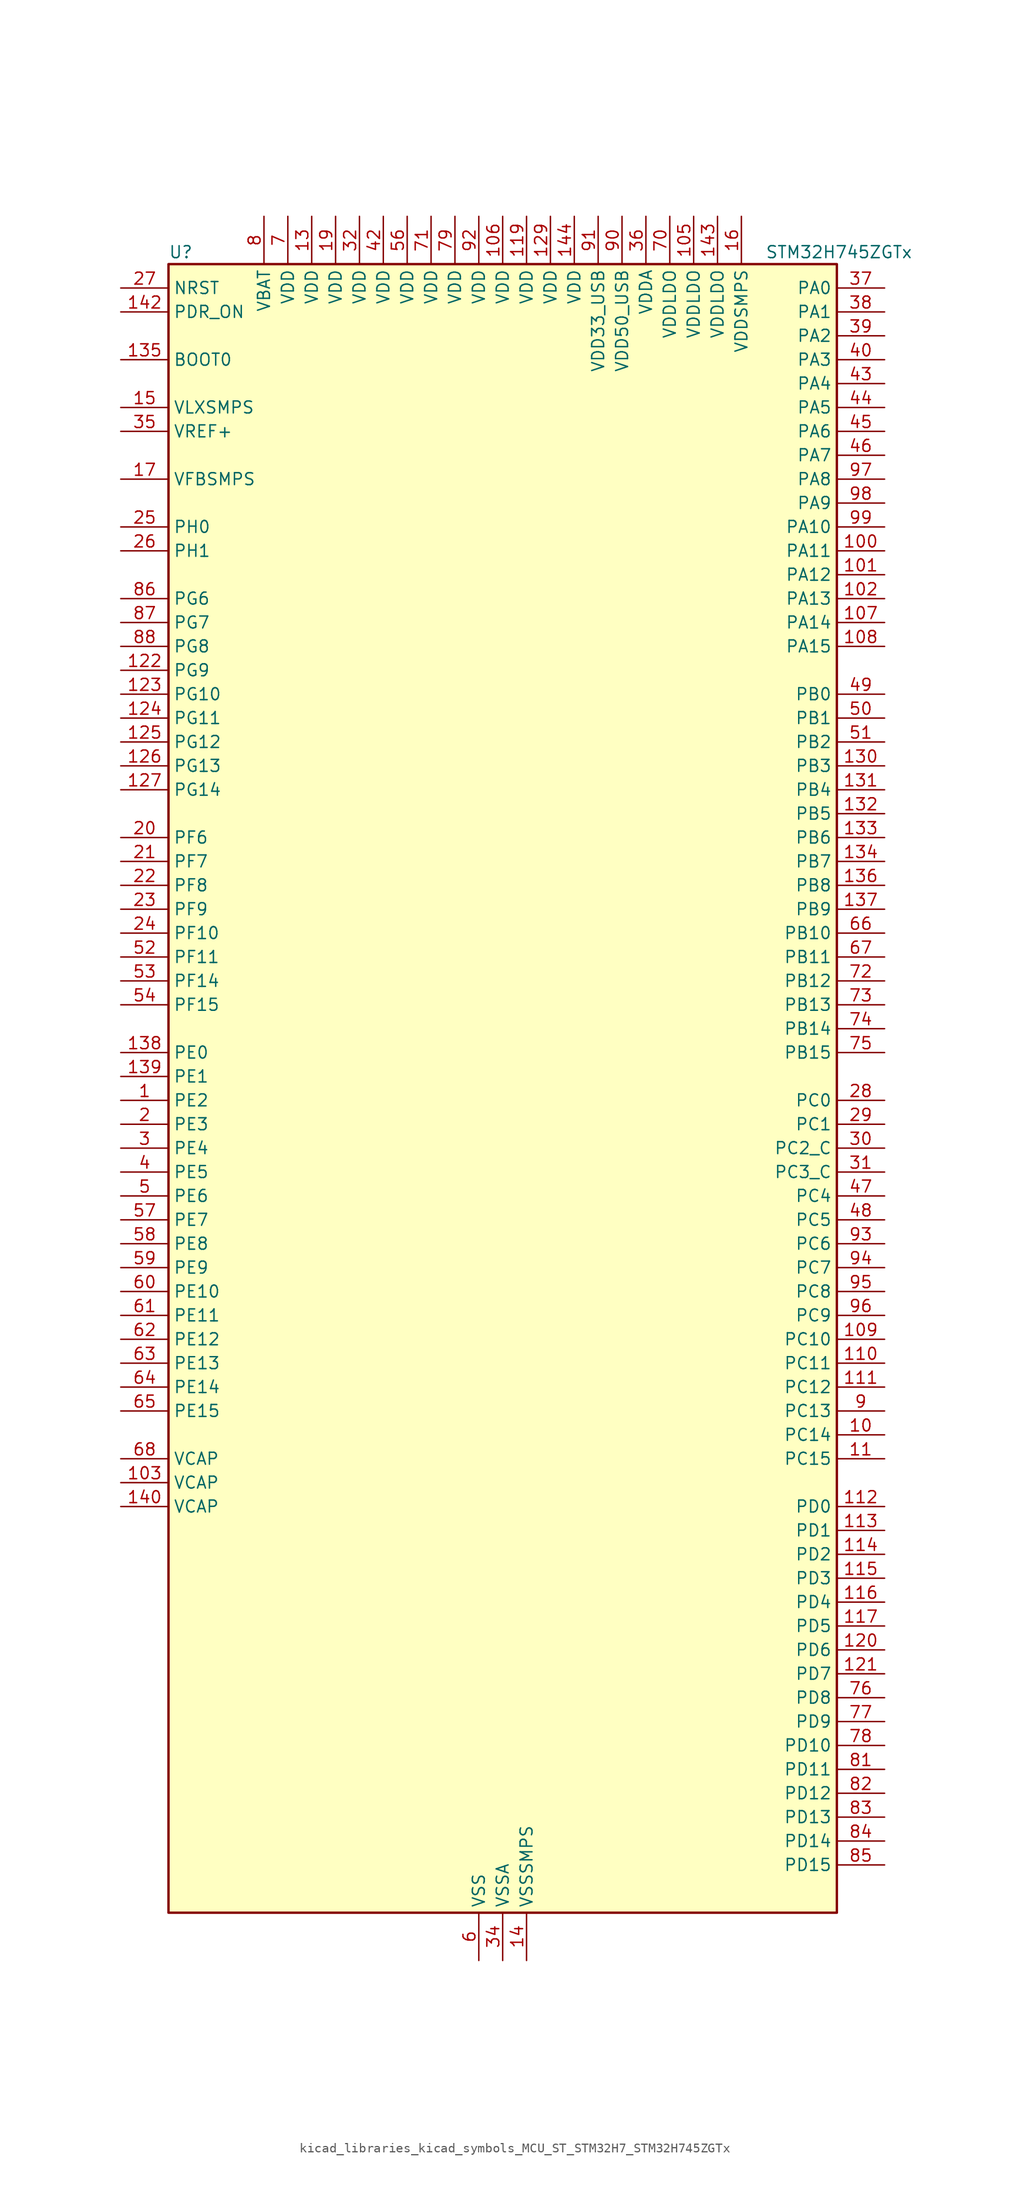
<source format=kicad_sym>
(kicad_symbol_lib
  (version 20220914)
  (generator kicad_symbol_editor)
  (symbol "kicad_libraries_kicad_symbols_MCU_ST_STM32H7_STM32H745ZGTx"
    (property "Reference" "U"
      (at -35.56 90.17 0)
      (effects (font (size 1.27 1.27)) (justify left)))
    (property "Value" "STM32H745ZGTx"
      (at 27.94 90.17 0)
      (effects (font (size 1.27 1.27)) (justify left)))
    (property "ki_locked" ""
      (at 0 0 0)
      (effects (font (size 1.27 1.27))))
    (symbol "kicad_libraries_kicad_symbols_MCU_ST_STM32H7_STM32H745ZGTx_0_1"
      (rectangle (start -35.56 -86.36) (end 35.56 88.9) (stroke (width 0.254) (type default)) (fill (type background))))
    (symbol "kicad_libraries_kicad_symbols_MCU_ST_STM32H7_STM32H745ZGTx_1_1"
      (pin bidirectional line (at -40.64 0 0) (length 5.08) (name "PE2" (effects (font (size 1.27 1.27)))) (number "1" (effects (font (size 1.27 1.27)))) (alternate "DEBUG_TRACECLK" bidirectional line) (alternate "ETH_TXD3" bidirectional line) (alternate "FMC_A23" bidirectional line) (alternate "QUADSPI_BK1_IO2" bidirectional line) (alternate "SAI1_CK1" bidirectional line) (alternate "SAI1_MCLK_A" bidirectional line) (alternate "SAI4_CK1" bidirectional line) (alternate "SAI4_MCLK_A" bidirectional line) (alternate "SPI4_SCK" bidirectional line))
      (pin bidirectional line (at 40.64 -35.56 180) (length 5.08) (name "PC14" (effects (font (size 1.27 1.27)))) (number "10" (effects (font (size 1.27 1.27)))) (alternate "RCC_OSC32_IN" bidirectional line))
      (pin bidirectional line (at 40.64 58.42 180) (length 5.08) (name "PA11" (effects (font (size 1.27 1.27)))) (number "100" (effects (font (size 1.27 1.27)))) (alternate "ADC1_EXTI11" bidirectional line) (alternate "ADC2_EXTI11" bidirectional line) (alternate "ADC3_EXTI11" bidirectional line) (alternate "FDCAN1_RX" bidirectional line) (alternate "HRTIM_CHD1" bidirectional line) (alternate "I2S2_WS" bidirectional line) (alternate "LPUART1_CTS" bidirectional line) (alternate "LTDC_R4" bidirectional line) (alternate "SPI2_NSS" bidirectional line) (alternate "TIM1_CH4" bidirectional line) (alternate "UART4_RX" bidirectional line) (alternate "USART1_CTS" bidirectional line) (alternate "USART1_NSS" bidirectional line) (alternate "USB_OTG_FS_DM" bidirectional line))
      (pin bidirectional line (at 40.64 55.88 180) (length 5.08) (name "PA12" (effects (font (size 1.27 1.27)))) (number "101" (effects (font (size 1.27 1.27)))) (alternate "FDCAN1_TX" bidirectional line) (alternate "HRTIM_CHD2" bidirectional line) (alternate "I2S2_CK" bidirectional line) (alternate "LPUART1_DE" bidirectional line) (alternate "LPUART1_RTS" bidirectional line) (alternate "LTDC_R5" bidirectional line) (alternate "SAI2_FS_B" bidirectional line) (alternate "SPI2_SCK" bidirectional line) (alternate "TIM1_ETR" bidirectional line) (alternate "UART4_TX" bidirectional line) (alternate "USART1_DE" bidirectional line) (alternate "USART1_RTS" bidirectional line) (alternate "USB_OTG_FS_DP" bidirectional line))
      (pin bidirectional line (at 40.64 53.34 180) (length 5.08) (name "PA13" (effects (font (size 1.27 1.27)))) (number "102" (effects (font (size 1.27 1.27)))) (alternate "DEBUG_JTMS-SWDIO" bidirectional line))
      (pin power_out line (at -40.64 -40.64 0) (length 5.08) (name "VCAP" (effects (font (size 1.27 1.27)))) (number "103" (effects (font (size 1.27 1.27)))))
      (pin passive line (at -2.54 -91.44 90) (length 5.08) hide (name "VSS" (effects (font (size 1.27 1.27)))) (number "104" (effects (font (size 1.27 1.27)))))
      (pin power_in line (at 20.32 93.98 270) (length 5.08) (name "VDDLDO" (effects (font (size 1.27 1.27)))) (number "105" (effects (font (size 1.27 1.27)))))
      (pin power_in line (at 0 93.98 270) (length 5.08) (name "VDD" (effects (font (size 1.27 1.27)))) (number "106" (effects (font (size 1.27 1.27)))))
      (pin bidirectional line (at 40.64 50.8 180) (length 5.08) (name "PA14" (effects (font (size 1.27 1.27)))) (number "107" (effects (font (size 1.27 1.27)))) (alternate "DEBUG_JTCK-SWCLK" bidirectional line))
      (pin bidirectional line (at 40.64 48.26 180) (length 5.08) (name "PA15" (effects (font (size 1.27 1.27)))) (number "108" (effects (font (size 1.27 1.27)))) (alternate "ADC1_EXTI15" bidirectional line) (alternate "ADC2_EXTI15" bidirectional line) (alternate "ADC3_EXTI15" bidirectional line) (alternate "CEC" bidirectional line) (alternate "DEBUG_JTDI" bidirectional line) (alternate "HRTIM_FLT1" bidirectional line) (alternate "I2S1_WS" bidirectional line) (alternate "I2S3_WS" bidirectional line) (alternate "SPI1_NSS" bidirectional line) (alternate "SPI3_NSS" bidirectional line) (alternate "SPI6_NSS" bidirectional line) (alternate "TIM2_CH1" bidirectional line) (alternate "TIM2_ETR" bidirectional line) (alternate "UART4_DE" bidirectional line) (alternate "UART4_RTS" bidirectional line) (alternate "UART7_TX" bidirectional line))
      (pin bidirectional line (at 40.64 -25.4 180) (length 5.08) (name "PC10" (effects (font (size 1.27 1.27)))) (number "109" (effects (font (size 1.27 1.27)))) (alternate "DCMI_D8" bidirectional line) (alternate "DFSDM1_CKIN5" bidirectional line) (alternate "HRTIM_EEV1" bidirectional line) (alternate "I2S3_CK" bidirectional line) (alternate "LTDC_R2" bidirectional line) (alternate "QUADSPI_BK1_IO1" bidirectional line) (alternate "SDMMC1_D2" bidirectional line) (alternate "SPI3_SCK" bidirectional line) (alternate "UART4_TX" bidirectional line) (alternate "USART3_TX" bidirectional line))
      (pin bidirectional line (at 40.64 -38.1 180) (length 5.08) (name "PC15" (effects (font (size 1.27 1.27)))) (number "11" (effects (font (size 1.27 1.27)))) (alternate "ADC1_EXTI15" bidirectional line) (alternate "ADC2_EXTI15" bidirectional line) (alternate "ADC3_EXTI15" bidirectional line) (alternate "RCC_OSC32_OUT" bidirectional line))
      (pin bidirectional line (at 40.64 -27.94 180) (length 5.08) (name "PC11" (effects (font (size 1.27 1.27)))) (number "110" (effects (font (size 1.27 1.27)))) (alternate "ADC1_EXTI11" bidirectional line) (alternate "ADC2_EXTI11" bidirectional line) (alternate "ADC3_EXTI11" bidirectional line) (alternate "DCMI_D4" bidirectional line) (alternate "DFSDM1_DATIN5" bidirectional line) (alternate "HRTIM_FLT2" bidirectional line) (alternate "I2S3_SDI" bidirectional line) (alternate "QUADSPI_BK2_NCS" bidirectional line) (alternate "SDMMC1_D3" bidirectional line) (alternate "SPI3_MISO" bidirectional line) (alternate "UART4_RX" bidirectional line) (alternate "USART3_RX" bidirectional line))
      (pin bidirectional line (at 40.64 -30.48 180) (length 5.08) (name "PC12" (effects (font (size 1.27 1.27)))) (number "111" (effects (font (size 1.27 1.27)))) (alternate "DCMI_D9" bidirectional line) (alternate "DEBUG_TRACED3" bidirectional line) (alternate "HRTIM_EEV2" bidirectional line) (alternate "I2S3_SDO" bidirectional line) (alternate "SDMMC1_CK" bidirectional line) (alternate "SPI3_MOSI" bidirectional line) (alternate "UART5_TX" bidirectional line) (alternate "USART3_CK" bidirectional line))
      (pin bidirectional line (at 40.64 -43.18 180) (length 5.08) (name "PD0" (effects (font (size 1.27 1.27)))) (number "112" (effects (font (size 1.27 1.27)))) (alternate "DFSDM1_CKIN6" bidirectional line) (alternate "FDCAN1_RX" bidirectional line) (alternate "FMC_D2" bidirectional line) (alternate "FMC_DA2" bidirectional line) (alternate "SAI3_SCK_A" bidirectional line) (alternate "UART4_RX" bidirectional line))
      (pin bidirectional line (at 40.64 -45.72 180) (length 5.08) (name "PD1" (effects (font (size 1.27 1.27)))) (number "113" (effects (font (size 1.27 1.27)))) (alternate "DFSDM1_DATIN6" bidirectional line) (alternate "FDCAN1_TX" bidirectional line) (alternate "FMC_D3" bidirectional line) (alternate "FMC_DA3" bidirectional line) (alternate "SAI3_SD_A" bidirectional line) (alternate "UART4_TX" bidirectional line))
      (pin bidirectional line (at 40.64 -48.26 180) (length 5.08) (name "PD2" (effects (font (size 1.27 1.27)))) (number "114" (effects (font (size 1.27 1.27)))) (alternate "DCMI_D11" bidirectional line) (alternate "DEBUG_TRACED2" bidirectional line) (alternate "SDMMC1_CMD" bidirectional line) (alternate "TIM3_ETR" bidirectional line) (alternate "UART5_RX" bidirectional line))
      (pin bidirectional line (at 40.64 -50.8 180) (length 5.08) (name "PD3" (effects (font (size 1.27 1.27)))) (number "115" (effects (font (size 1.27 1.27)))) (alternate "DCMI_D5" bidirectional line) (alternate "DFSDM1_CKOUT" bidirectional line) (alternate "FMC_CLK" bidirectional line) (alternate "I2S2_CK" bidirectional line) (alternate "LTDC_G7" bidirectional line) (alternate "SPI2_SCK" bidirectional line) (alternate "USART2_CTS" bidirectional line) (alternate "USART2_NSS" bidirectional line))
      (pin bidirectional line (at 40.64 -53.34 180) (length 5.08) (name "PD4" (effects (font (size 1.27 1.27)))) (number "116" (effects (font (size 1.27 1.27)))) (alternate "FMC_NOE" bidirectional line) (alternate "HRTIM_FLT3" bidirectional line) (alternate "SAI3_FS_A" bidirectional line) (alternate "USART2_DE" bidirectional line) (alternate "USART2_RTS" bidirectional line))
      (pin bidirectional line (at 40.64 -55.88 180) (length 5.08) (name "PD5" (effects (font (size 1.27 1.27)))) (number "117" (effects (font (size 1.27 1.27)))) (alternate "FMC_NWE" bidirectional line) (alternate "HRTIM_EEV3" bidirectional line) (alternate "USART2_TX" bidirectional line))
      (pin passive line (at -2.54 -91.44 90) (length 5.08) hide (name "VSS" (effects (font (size 1.27 1.27)))) (number "118" (effects (font (size 1.27 1.27)))))
      (pin power_in line (at 2.54 93.98 270) (length 5.08) (name "VDD" (effects (font (size 1.27 1.27)))) (number "119" (effects (font (size 1.27 1.27)))))
      (pin passive line (at -2.54 -91.44 90) (length 5.08) hide (name "VSS" (effects (font (size 1.27 1.27)))) (number "12" (effects (font (size 1.27 1.27)))))
      (pin bidirectional line (at 40.64 -58.42 180) (length 5.08) (name "PD6" (effects (font (size 1.27 1.27)))) (number "120" (effects (font (size 1.27 1.27)))) (alternate "DCMI_D10" bidirectional line) (alternate "DFSDM1_CKIN4" bidirectional line) (alternate "DFSDM1_DATIN1" bidirectional line) (alternate "FMC_NWAIT" bidirectional line) (alternate "I2S3_SDO" bidirectional line) (alternate "LTDC_B2" bidirectional line) (alternate "SAI1_D1" bidirectional line) (alternate "SAI1_SD_A" bidirectional line) (alternate "SAI4_D1" bidirectional line) (alternate "SAI4_SD_A" bidirectional line) (alternate "SDMMC2_CK" bidirectional line) (alternate "SPI3_MOSI" bidirectional line) (alternate "USART2_RX" bidirectional line))
      (pin bidirectional line (at 40.64 -60.96 180) (length 5.08) (name "PD7" (effects (font (size 1.27 1.27)))) (number "121" (effects (font (size 1.27 1.27)))) (alternate "DFSDM1_CKIN1" bidirectional line) (alternate "DFSDM1_DATIN4" bidirectional line) (alternate "FMC_NE1" bidirectional line) (alternate "I2S1_SDO" bidirectional line) (alternate "SDMMC2_CMD" bidirectional line) (alternate "SPDIFRX1_IN0" bidirectional line) (alternate "SPI1_MOSI" bidirectional line) (alternate "USART2_CK" bidirectional line))
      (pin bidirectional line (at -40.64 45.72 0) (length 5.08) (name "PG9" (effects (font (size 1.27 1.27)))) (number "122" (effects (font (size 1.27 1.27)))) (alternate "DAC1_EXTI9" bidirectional line) (alternate "DCMI_VSYNC" bidirectional line) (alternate "FMC_NCE" bidirectional line) (alternate "FMC_NE2" bidirectional line) (alternate "I2S1_SDI" bidirectional line) (alternate "QUADSPI_BK2_IO2" bidirectional line) (alternate "SAI2_FS_B" bidirectional line) (alternate "SPDIFRX1_IN3" bidirectional line) (alternate "SPI1_MISO" bidirectional line) (alternate "USART6_RX" bidirectional line))
      (pin bidirectional line (at -40.64 43.18 0) (length 5.08) (name "PG10" (effects (font (size 1.27 1.27)))) (number "123" (effects (font (size 1.27 1.27)))) (alternate "DCMI_D2" bidirectional line) (alternate "FMC_NE3" bidirectional line) (alternate "HRTIM_FLT5" bidirectional line) (alternate "I2S1_WS" bidirectional line) (alternate "LTDC_B2" bidirectional line) (alternate "LTDC_G3" bidirectional line) (alternate "SAI2_SD_B" bidirectional line) (alternate "SPI1_NSS" bidirectional line))
      (pin bidirectional line (at -40.64 40.64 0) (length 5.08) (name "PG11" (effects (font (size 1.27 1.27)))) (number "124" (effects (font (size 1.27 1.27)))) (alternate "ADC1_EXTI11" bidirectional line) (alternate "ADC2_EXTI11" bidirectional line) (alternate "ADC3_EXTI11" bidirectional line) (alternate "DCMI_D3" bidirectional line) (alternate "ETH_TX_EN" bidirectional line) (alternate "HRTIM_EEV4" bidirectional line) (alternate "I2S1_CK" bidirectional line) (alternate "LPTIM1_IN2" bidirectional line) (alternate "LTDC_B3" bidirectional line) (alternate "SDMMC2_D2" bidirectional line) (alternate "SPDIFRX1_IN0" bidirectional line) (alternate "SPI1_SCK" bidirectional line))
      (pin bidirectional line (at -40.64 38.1 0) (length 5.08) (name "PG12" (effects (font (size 1.27 1.27)))) (number "125" (effects (font (size 1.27 1.27)))) (alternate "ETH_TXD1" bidirectional line) (alternate "FMC_NE4" bidirectional line) (alternate "HRTIM_EEV5" bidirectional line) (alternate "LPTIM1_IN1" bidirectional line) (alternate "LTDC_B1" bidirectional line) (alternate "LTDC_B4" bidirectional line) (alternate "SPDIFRX1_IN1" bidirectional line) (alternate "SPI6_MISO" bidirectional line) (alternate "USART6_DE" bidirectional line) (alternate "USART6_RTS" bidirectional line))
      (pin bidirectional line (at -40.64 35.56 0) (length 5.08) (name "PG13" (effects (font (size 1.27 1.27)))) (number "126" (effects (font (size 1.27 1.27)))) (alternate "DEBUG_TRACED0" bidirectional line) (alternate "ETH_TXD0" bidirectional line) (alternate "FMC_A24" bidirectional line) (alternate "HRTIM_EEV10" bidirectional line) (alternate "LPTIM1_OUT" bidirectional line) (alternate "LTDC_R0" bidirectional line) (alternate "SPI6_SCK" bidirectional line) (alternate "USART6_CTS" bidirectional line) (alternate "USART6_NSS" bidirectional line))
      (pin bidirectional line (at -40.64 33.02 0) (length 5.08) (name "PG14" (effects (font (size 1.27 1.27)))) (number "127" (effects (font (size 1.27 1.27)))) (alternate "DEBUG_TRACED1" bidirectional line) (alternate "ETH_TXD1" bidirectional line) (alternate "FMC_A25" bidirectional line) (alternate "LPTIM1_ETR" bidirectional line) (alternate "LTDC_B0" bidirectional line) (alternate "QUADSPI_BK2_IO3" bidirectional line) (alternate "SPI6_MOSI" bidirectional line) (alternate "USART6_TX" bidirectional line))
      (pin passive line (at -2.54 -91.44 90) (length 5.08) hide (name "VSS" (effects (font (size 1.27 1.27)))) (number "128" (effects (font (size 1.27 1.27)))))
      (pin power_in line (at 5.08 93.98 270) (length 5.08) (name "VDD" (effects (font (size 1.27 1.27)))) (number "129" (effects (font (size 1.27 1.27)))))
      (pin power_in line (at -20.32 93.98 270) (length 5.08) (name "VDD" (effects (font (size 1.27 1.27)))) (number "13" (effects (font (size 1.27 1.27)))))
      (pin bidirectional line (at 40.64 35.56 180) (length 5.08) (name "PB3" (effects (font (size 1.27 1.27)))) (number "130" (effects (font (size 1.27 1.27)))) (alternate "CRS_SYNC" bidirectional line) (alternate "DEBUG_JTDO-SWO" bidirectional line) (alternate "HRTIM_FLT4" bidirectional line) (alternate "I2S1_CK" bidirectional line) (alternate "I2S3_CK" bidirectional line) (alternate "SDMMC2_D2" bidirectional line) (alternate "SPI1_SCK" bidirectional line) (alternate "SPI3_SCK" bidirectional line) (alternate "SPI6_SCK" bidirectional line) (alternate "TIM2_CH2" bidirectional line) (alternate "UART7_RX" bidirectional line))
      (pin bidirectional line (at 40.64 33.02 180) (length 5.08) (name "PB4" (effects (font (size 1.27 1.27)))) (number "131" (effects (font (size 1.27 1.27)))) (alternate "DEBUG_JTRST" bidirectional line) (alternate "HRTIM_EEV6" bidirectional line) (alternate "I2S1_SDI" bidirectional line) (alternate "I2S2_WS" bidirectional line) (alternate "I2S3_SDI" bidirectional line) (alternate "SDMMC2_D3" bidirectional line) (alternate "SPI1_MISO" bidirectional line) (alternate "SPI2_NSS" bidirectional line) (alternate "SPI3_MISO" bidirectional line) (alternate "SPI6_MISO" bidirectional line) (alternate "TIM16_BKIN" bidirectional line) (alternate "TIM3_CH1" bidirectional line) (alternate "UART7_TX" bidirectional line))
      (pin bidirectional line (at 40.64 30.48 180) (length 5.08) (name "PB5" (effects (font (size 1.27 1.27)))) (number "132" (effects (font (size 1.27 1.27)))) (alternate "DCMI_D10" bidirectional line) (alternate "ETH_PPS_OUT" bidirectional line) (alternate "FDCAN2_RX" bidirectional line) (alternate "FMC_SDCKE1" bidirectional line) (alternate "HRTIM_EEV7" bidirectional line) (alternate "I2C1_SMBA" bidirectional line) (alternate "I2C4_SMBA" bidirectional line) (alternate "I2S1_SDO" bidirectional line) (alternate "I2S3_SDO" bidirectional line) (alternate "SPI1_MOSI" bidirectional line) (alternate "SPI3_MOSI" bidirectional line) (alternate "SPI6_MOSI" bidirectional line) (alternate "TIM17_BKIN" bidirectional line) (alternate "TIM3_CH2" bidirectional line) (alternate "UART5_RX" bidirectional line) (alternate "USB_OTG_HS_ULPI_D7" bidirectional line))
      (pin bidirectional line (at 40.64 27.94 180) (length 5.08) (name "PB6" (effects (font (size 1.27 1.27)))) (number "133" (effects (font (size 1.27 1.27)))) (alternate "CEC" bidirectional line) (alternate "DCMI_D5" bidirectional line) (alternate "DFSDM1_DATIN5" bidirectional line) (alternate "FDCAN2_TX" bidirectional line) (alternate "FMC_SDNE1" bidirectional line) (alternate "HRTIM_EEV8" bidirectional line) (alternate "I2C1_SCL" bidirectional line) (alternate "I2C4_SCL" bidirectional line) (alternate "LPUART1_TX" bidirectional line) (alternate "QUADSPI_BK1_NCS" bidirectional line) (alternate "TIM16_CH1N" bidirectional line) (alternate "TIM4_CH1" bidirectional line) (alternate "UART5_TX" bidirectional line) (alternate "USART1_TX" bidirectional line))
      (pin bidirectional line (at 40.64 25.4 180) (length 5.08) (name "PB7" (effects (font (size 1.27 1.27)))) (number "134" (effects (font (size 1.27 1.27)))) (alternate "DCMI_VSYNC" bidirectional line) (alternate "DFSDM1_CKIN5" bidirectional line) (alternate "FMC_NL" bidirectional line) (alternate "HRTIM_EEV9" bidirectional line) (alternate "I2C1_SDA" bidirectional line) (alternate "I2C4_SDA" bidirectional line) (alternate "LPUART1_RX" bidirectional line) (alternate "PWR_PVD_IN" bidirectional line) (alternate "TIM17_CH1N" bidirectional line) (alternate "TIM4_CH2" bidirectional line) (alternate "USART1_RX" bidirectional line))
      (pin input line (at -40.64 78.74 0) (length 5.08) (name "BOOT0" (effects (font (size 1.27 1.27)))) (number "135" (effects (font (size 1.27 1.27)))))
      (pin bidirectional line (at 40.64 22.86 180) (length 5.08) (name "PB8" (effects (font (size 1.27 1.27)))) (number "136" (effects (font (size 1.27 1.27)))) (alternate "DCMI_D6" bidirectional line) (alternate "DFSDM1_CKIN7" bidirectional line) (alternate "ETH_TXD3" bidirectional line) (alternate "FDCAN1_RX" bidirectional line) (alternate "I2C1_SCL" bidirectional line) (alternate "I2C4_SCL" bidirectional line) (alternate "LTDC_B6" bidirectional line) (alternate "SDMMC1_CKIN" bidirectional line) (alternate "SDMMC1_D4" bidirectional line) (alternate "SDMMC2_D4" bidirectional line) (alternate "TIM16_CH1" bidirectional line) (alternate "TIM4_CH3" bidirectional line) (alternate "UART4_RX" bidirectional line))
      (pin bidirectional line (at 40.64 20.32 180) (length 5.08) (name "PB9" (effects (font (size 1.27 1.27)))) (number "137" (effects (font (size 1.27 1.27)))) (alternate "DAC1_EXTI9" bidirectional line) (alternate "DCMI_D7" bidirectional line) (alternate "DFSDM1_DATIN7" bidirectional line) (alternate "FDCAN1_TX" bidirectional line) (alternate "I2C1_SDA" bidirectional line) (alternate "I2C4_SDA" bidirectional line) (alternate "I2C4_SMBA" bidirectional line) (alternate "I2S2_WS" bidirectional line) (alternate "LTDC_B7" bidirectional line) (alternate "SDMMC1_CDIR" bidirectional line) (alternate "SDMMC1_D5" bidirectional line) (alternate "SDMMC2_D5" bidirectional line) (alternate "SPI2_NSS" bidirectional line) (alternate "TIM17_CH1" bidirectional line) (alternate "TIM4_CH4" bidirectional line) (alternate "UART4_TX" bidirectional line))
      (pin bidirectional line (at -40.64 5.08 0) (length 5.08) (name "PE0" (effects (font (size 1.27 1.27)))) (number "138" (effects (font (size 1.27 1.27)))) (alternate "DCMI_D2" bidirectional line) (alternate "FMC_NBL0" bidirectional line) (alternate "HRTIM_SCIN" bidirectional line) (alternate "LPTIM1_ETR" bidirectional line) (alternate "LPTIM2_ETR" bidirectional line) (alternate "SAI2_MCLK_A" bidirectional line) (alternate "TIM4_ETR" bidirectional line) (alternate "UART8_RX" bidirectional line))
      (pin bidirectional line (at -40.64 2.54 0) (length 5.08) (name "PE1" (effects (font (size 1.27 1.27)))) (number "139" (effects (font (size 1.27 1.27)))) (alternate "DCMI_D3" bidirectional line) (alternate "FMC_NBL1" bidirectional line) (alternate "HRTIM_SCOUT" bidirectional line) (alternate "LPTIM1_IN2" bidirectional line) (alternate "UART8_TX" bidirectional line))
      (pin power_in line (at 2.54 -91.44 90) (length 5.08) (name "VSSSMPS" (effects (font (size 1.27 1.27)))) (number "14" (effects (font (size 1.27 1.27)))))
      (pin power_out line (at -40.64 -43.18 0) (length 5.08) (name "VCAP" (effects (font (size 1.27 1.27)))) (number "140" (effects (font (size 1.27 1.27)))))
      (pin passive line (at -2.54 -91.44 90) (length 5.08) hide (name "VSS" (effects (font (size 1.27 1.27)))) (number "141" (effects (font (size 1.27 1.27)))))
      (pin input line (at -40.64 83.82 0) (length 5.08) (name "PDR_ON" (effects (font (size 1.27 1.27)))) (number "142" (effects (font (size 1.27 1.27)))))
      (pin power_in line (at 22.86 93.98 270) (length 5.08) (name "VDDLDO" (effects (font (size 1.27 1.27)))) (number "143" (effects (font (size 1.27 1.27)))))
      (pin power_in line (at 7.62 93.98 270) (length 5.08) (name "VDD" (effects (font (size 1.27 1.27)))) (number "144" (effects (font (size 1.27 1.27)))))
      (pin power_in line (at -40.64 73.66 0) (length 5.08) (name "VLXSMPS" (effects (font (size 1.27 1.27)))) (number "15" (effects (font (size 1.27 1.27)))))
      (pin power_in line (at 25.4 93.98 270) (length 5.08) (name "VDDSMPS" (effects (font (size 1.27 1.27)))) (number "16" (effects (font (size 1.27 1.27)))))
      (pin input line (at -40.64 66.04 0) (length 5.08) (name "VFBSMPS" (effects (font (size 1.27 1.27)))) (number "17" (effects (font (size 1.27 1.27)))))
      (pin passive line (at -2.54 -91.44 90) (length 5.08) hide (name "VSS" (effects (font (size 1.27 1.27)))) (number "18" (effects (font (size 1.27 1.27)))))
      (pin power_in line (at -17.78 93.98 270) (length 5.08) (name "VDD" (effects (font (size 1.27 1.27)))) (number "19" (effects (font (size 1.27 1.27)))))
      (pin bidirectional line (at -40.64 -2.54 0) (length 5.08) (name "PE3" (effects (font (size 1.27 1.27)))) (number "2" (effects (font (size 1.27 1.27)))) (alternate "DEBUG_TRACED0" bidirectional line) (alternate "FMC_A19" bidirectional line) (alternate "SAI1_SD_B" bidirectional line) (alternate "SAI4_SD_B" bidirectional line) (alternate "TIM15_BKIN" bidirectional line))
      (pin bidirectional line (at -40.64 27.94 0) (length 5.08) (name "PF6" (effects (font (size 1.27 1.27)))) (number "20" (effects (font (size 1.27 1.27)))) (alternate "ADC3_INP8" bidirectional line) (alternate "QUADSPI_BK1_IO3" bidirectional line) (alternate "SAI1_SD_B" bidirectional line) (alternate "SAI4_SD_B" bidirectional line) (alternate "SPI5_NSS" bidirectional line) (alternate "TIM16_CH1" bidirectional line) (alternate "UART7_RX" bidirectional line))
      (pin bidirectional line (at -40.64 25.4 0) (length 5.08) (name "PF7" (effects (font (size 1.27 1.27)))) (number "21" (effects (font (size 1.27 1.27)))) (alternate "ADC3_INP3" bidirectional line) (alternate "QUADSPI_BK1_IO2" bidirectional line) (alternate "SAI1_MCLK_B" bidirectional line) (alternate "SAI4_MCLK_B" bidirectional line) (alternate "SPI5_SCK" bidirectional line) (alternate "TIM17_CH1" bidirectional line) (alternate "UART7_TX" bidirectional line))
      (pin bidirectional line (at -40.64 22.86 0) (length 5.08) (name "PF8" (effects (font (size 1.27 1.27)))) (number "22" (effects (font (size 1.27 1.27)))) (alternate "ADC3_INN3" bidirectional line) (alternate "ADC3_INP7" bidirectional line) (alternate "QUADSPI_BK1_IO0" bidirectional line) (alternate "SAI1_SCK_B" bidirectional line) (alternate "SAI4_SCK_B" bidirectional line) (alternate "SPI5_MISO" bidirectional line) (alternate "TIM13_CH1" bidirectional line) (alternate "TIM16_CH1N" bidirectional line) (alternate "UART7_DE" bidirectional line) (alternate "UART7_RTS" bidirectional line))
      (pin bidirectional line (at -40.64 20.32 0) (length 5.08) (name "PF9" (effects (font (size 1.27 1.27)))) (number "23" (effects (font (size 1.27 1.27)))) (alternate "ADC3_INP2" bidirectional line) (alternate "DAC1_EXTI9" bidirectional line) (alternate "QUADSPI_BK1_IO1" bidirectional line) (alternate "SAI1_FS_B" bidirectional line) (alternate "SAI4_FS_B" bidirectional line) (alternate "SPI5_MOSI" bidirectional line) (alternate "TIM14_CH1" bidirectional line) (alternate "TIM17_CH1N" bidirectional line) (alternate "UART7_CTS" bidirectional line))
      (pin bidirectional line (at -40.64 17.78 0) (length 5.08) (name "PF10" (effects (font (size 1.27 1.27)))) (number "24" (effects (font (size 1.27 1.27)))) (alternate "ADC3_INN2" bidirectional line) (alternate "ADC3_INP6" bidirectional line) (alternate "DCMI_D11" bidirectional line) (alternate "LTDC_DE" bidirectional line) (alternate "QUADSPI_CLK" bidirectional line) (alternate "SAI1_D3" bidirectional line) (alternate "SAI4_D3" bidirectional line) (alternate "TIM16_BKIN" bidirectional line))
      (pin bidirectional line (at -40.64 60.96 0) (length 5.08) (name "PH0" (effects (font (size 1.27 1.27)))) (number "25" (effects (font (size 1.27 1.27)))) (alternate "RCC_OSC_IN" bidirectional line))
      (pin bidirectional line (at -40.64 58.42 0) (length 5.08) (name "PH1" (effects (font (size 1.27 1.27)))) (number "26" (effects (font (size 1.27 1.27)))) (alternate "RCC_OSC_OUT" bidirectional line))
      (pin input line (at -40.64 86.36 0) (length 5.08) (name "NRST" (effects (font (size 1.27 1.27)))) (number "27" (effects (font (size 1.27 1.27)))))
      (pin bidirectional line (at 40.64 0 180) (length 5.08) (name "PC0" (effects (font (size 1.27 1.27)))) (number "28" (effects (font (size 1.27 1.27)))) (alternate "ADC1_INP10" bidirectional line) (alternate "ADC2_INP10" bidirectional line) (alternate "ADC3_INP10" bidirectional line) (alternate "DFSDM1_CKIN0" bidirectional line) (alternate "DFSDM1_DATIN4" bidirectional line) (alternate "FMC_SDNWE" bidirectional line) (alternate "LTDC_R5" bidirectional line) (alternate "SAI2_FS_B" bidirectional line) (alternate "USB_OTG_HS_ULPI_STP" bidirectional line))
      (pin bidirectional line (at 40.64 -2.54 180) (length 5.08) (name "PC1" (effects (font (size 1.27 1.27)))) (number "29" (effects (font (size 1.27 1.27)))) (alternate "ADC1_INN10" bidirectional line) (alternate "ADC1_INP11" bidirectional line) (alternate "ADC2_INN10" bidirectional line) (alternate "ADC2_INP11" bidirectional line) (alternate "ADC3_INN10" bidirectional line) (alternate "ADC3_INP11" bidirectional line) (alternate "DEBUG_TRACED0" bidirectional line) (alternate "DFSDM1_CKIN4" bidirectional line) (alternate "DFSDM1_DATIN0" bidirectional line) (alternate "ETH_MDC" bidirectional line) (alternate "I2S2_SDO" bidirectional line) (alternate "MDIOS_MDC" bidirectional line) (alternate "PWR_WKUP5" bidirectional line) (alternate "RTC_TAMP3" bidirectional line) (alternate "SAI1_D1" bidirectional line) (alternate "SAI1_SD_A" bidirectional line) (alternate "SAI4_D1" bidirectional line) (alternate "SAI4_SD_A" bidirectional line) (alternate "SDMMC2_CK" bidirectional line) (alternate "SPI2_MOSI" bidirectional line))
      (pin bidirectional line (at -40.64 -5.08 0) (length 5.08) (name "PE4" (effects (font (size 1.27 1.27)))) (number "3" (effects (font (size 1.27 1.27)))) (alternate "DCMI_D4" bidirectional line) (alternate "DEBUG_TRACED1" bidirectional line) (alternate "DFSDM1_DATIN3" bidirectional line) (alternate "FMC_A20" bidirectional line) (alternate "LTDC_B0" bidirectional line) (alternate "SAI1_D2" bidirectional line) (alternate "SAI1_FS_A" bidirectional line) (alternate "SAI4_D2" bidirectional line) (alternate "SAI4_FS_A" bidirectional line) (alternate "SPI4_NSS" bidirectional line) (alternate "TIM15_CH1N" bidirectional line))
      (pin bidirectional line (at 40.64 -5.08 180) (length 5.08) (name "PC2_C" (effects (font (size 1.27 1.27)))) (number "30" (effects (font (size 1.27 1.27)))) (alternate "ADC3_INN1" bidirectional line) (alternate "ADC3_INP0" bidirectional line) (alternate "DFSDM1_CKIN1" bidirectional line) (alternate "DFSDM1_CKOUT" bidirectional line) (alternate "ETH_TXD2" bidirectional line) (alternate "FMC_SDNE0" bidirectional line) (alternate "I2S2_SDI" bidirectional line) (alternate "PWR_CSTOP" bidirectional line) (alternate "SPI2_MISO" bidirectional line) (alternate "USB_OTG_HS_ULPI_DIR" bidirectional line))
      (pin bidirectional line (at 40.64 -7.62 180) (length 5.08) (name "PC3_C" (effects (font (size 1.27 1.27)))) (number "31" (effects (font (size 1.27 1.27)))) (alternate "ADC3_INP1" bidirectional line) (alternate "DFSDM1_DATIN1" bidirectional line) (alternate "ETH_TX_CLK" bidirectional line) (alternate "FMC_SDCKE0" bidirectional line) (alternate "I2S2_SDO" bidirectional line) (alternate "PWR_CSLEEP" bidirectional line) (alternate "SPI2_MOSI" bidirectional line) (alternate "USB_OTG_HS_ULPI_NXT" bidirectional line))
      (pin power_in line (at -15.24 93.98 270) (length 5.08) (name "VDD" (effects (font (size 1.27 1.27)))) (number "32" (effects (font (size 1.27 1.27)))))
      (pin passive line (at -2.54 -91.44 90) (length 5.08) hide (name "VSS" (effects (font (size 1.27 1.27)))) (number "33" (effects (font (size 1.27 1.27)))))
      (pin power_in line (at 0 -91.44 90) (length 5.08) (name "VSSA" (effects (font (size 1.27 1.27)))) (number "34" (effects (font (size 1.27 1.27)))))
      (pin input line (at -40.64 71.12 0) (length 5.08) (name "VREF+" (effects (font (size 1.27 1.27)))) (number "35" (effects (font (size 1.27 1.27)))) (alternate "VREFBUF_OUT" bidirectional line))
      (pin power_in line (at 15.24 93.98 270) (length 5.08) (name "VDDA" (effects (font (size 1.27 1.27)))) (number "36" (effects (font (size 1.27 1.27)))))
      (pin bidirectional line (at 40.64 86.36 180) (length 5.08) (name "PA0" (effects (font (size 1.27 1.27)))) (number "37" (effects (font (size 1.27 1.27)))) (alternate "ADC1_INP16" bidirectional line) (alternate "ETH_CRS" bidirectional line) (alternate "PWR_WKUP0" bidirectional line) (alternate "SAI2_SD_B" bidirectional line) (alternate "SDMMC2_CMD" bidirectional line) (alternate "TIM15_BKIN" bidirectional line) (alternate "TIM2_CH1" bidirectional line) (alternate "TIM2_ETR" bidirectional line) (alternate "TIM5_CH1" bidirectional line) (alternate "TIM8_ETR" bidirectional line) (alternate "UART4_TX" bidirectional line) (alternate "USART2_CTS" bidirectional line) (alternate "USART2_NSS" bidirectional line))
      (pin bidirectional line (at 40.64 83.82 180) (length 5.08) (name "PA1" (effects (font (size 1.27 1.27)))) (number "38" (effects (font (size 1.27 1.27)))) (alternate "ADC1_INN16" bidirectional line) (alternate "ADC1_INP17" bidirectional line) (alternate "ETH_REF_CLK" bidirectional line) (alternate "ETH_RX_CLK" bidirectional line) (alternate "LPTIM3_OUT" bidirectional line) (alternate "LTDC_R2" bidirectional line) (alternate "QUADSPI_BK1_IO3" bidirectional line) (alternate "SAI2_MCLK_B" bidirectional line) (alternate "TIM15_CH1N" bidirectional line) (alternate "TIM2_CH2" bidirectional line) (alternate "TIM5_CH2" bidirectional line) (alternate "UART4_RX" bidirectional line) (alternate "USART2_DE" bidirectional line) (alternate "USART2_RTS" bidirectional line))
      (pin bidirectional line (at 40.64 81.28 180) (length 5.08) (name "PA2" (effects (font (size 1.27 1.27)))) (number "39" (effects (font (size 1.27 1.27)))) (alternate "ADC1_INP14" bidirectional line) (alternate "ADC2_INP14" bidirectional line) (alternate "ETH_MDIO" bidirectional line) (alternate "LPTIM4_OUT" bidirectional line) (alternate "LTDC_R1" bidirectional line) (alternate "MDIOS_MDIO" bidirectional line) (alternate "PWR_WKUP1" bidirectional line) (alternate "SAI2_SCK_B" bidirectional line) (alternate "TIM15_CH1" bidirectional line) (alternate "TIM2_CH3" bidirectional line) (alternate "TIM5_CH3" bidirectional line) (alternate "USART2_TX" bidirectional line))
      (pin bidirectional line (at -40.64 -7.62 0) (length 5.08) (name "PE5" (effects (font (size 1.27 1.27)))) (number "4" (effects (font (size 1.27 1.27)))) (alternate "DCMI_D6" bidirectional line) (alternate "DEBUG_TRACED2" bidirectional line) (alternate "DFSDM1_CKIN3" bidirectional line) (alternate "FMC_A21" bidirectional line) (alternate "LTDC_G0" bidirectional line) (alternate "SAI1_CK2" bidirectional line) (alternate "SAI1_SCK_A" bidirectional line) (alternate "SAI4_CK2" bidirectional line) (alternate "SAI4_SCK_A" bidirectional line) (alternate "SPI4_MISO" bidirectional line) (alternate "TIM15_CH1" bidirectional line))
      (pin bidirectional line (at 40.64 78.74 180) (length 5.08) (name "PA3" (effects (font (size 1.27 1.27)))) (number "40" (effects (font (size 1.27 1.27)))) (alternate "ADC1_INP15" bidirectional line) (alternate "ADC2_INP15" bidirectional line) (alternate "ETH_COL" bidirectional line) (alternate "LPTIM5_OUT" bidirectional line) (alternate "LTDC_B2" bidirectional line) (alternate "LTDC_B5" bidirectional line) (alternate "TIM15_CH2" bidirectional line) (alternate "TIM2_CH4" bidirectional line) (alternate "TIM5_CH4" bidirectional line) (alternate "USART2_RX" bidirectional line) (alternate "USB_OTG_HS_ULPI_D0" bidirectional line))
      (pin passive line (at -2.54 -91.44 90) (length 5.08) hide (name "VSS" (effects (font (size 1.27 1.27)))) (number "41" (effects (font (size 1.27 1.27)))))
      (pin power_in line (at -12.7 93.98 270) (length 5.08) (name "VDD" (effects (font (size 1.27 1.27)))) (number "42" (effects (font (size 1.27 1.27)))))
      (pin bidirectional line (at 40.64 76.2 180) (length 5.08) (name "PA4" (effects (font (size 1.27 1.27)))) (number "43" (effects (font (size 1.27 1.27)))) (alternate "ADC1_INP18" bidirectional line) (alternate "ADC2_INP18" bidirectional line) (alternate "DAC1_OUT1" bidirectional line) (alternate "DCMI_HSYNC" bidirectional line) (alternate "I2S1_WS" bidirectional line) (alternate "I2S3_WS" bidirectional line) (alternate "LTDC_VSYNC" bidirectional line) (alternate "SPI1_NSS" bidirectional line) (alternate "SPI3_NSS" bidirectional line) (alternate "SPI6_NSS" bidirectional line) (alternate "TIM5_ETR" bidirectional line) (alternate "USART2_CK" bidirectional line) (alternate "USB_OTG_HS_SOF" bidirectional line))
      (pin bidirectional line (at 40.64 73.66 180) (length 5.08) (name "PA5" (effects (font (size 1.27 1.27)))) (number "44" (effects (font (size 1.27 1.27)))) (alternate "ADC1_INN18" bidirectional line) (alternate "ADC1_INP19" bidirectional line) (alternate "ADC2_INN18" bidirectional line) (alternate "ADC2_INP19" bidirectional line) (alternate "DAC1_OUT2" bidirectional line) (alternate "I2S1_CK" bidirectional line) (alternate "LTDC_R4" bidirectional line) (alternate "PWR_NDSTOP2" bidirectional line) (alternate "SPI1_SCK" bidirectional line) (alternate "SPI6_SCK" bidirectional line) (alternate "TIM2_CH1" bidirectional line) (alternate "TIM2_ETR" bidirectional line) (alternate "TIM8_CH1N" bidirectional line) (alternate "USB_OTG_HS_ULPI_CK" bidirectional line))
      (pin bidirectional line (at 40.64 71.12 180) (length 5.08) (name "PA6" (effects (font (size 1.27 1.27)))) (number "45" (effects (font (size 1.27 1.27)))) (alternate "ADC1_INP3" bidirectional line) (alternate "ADC2_INP3" bidirectional line) (alternate "DCMI_PIXCLK" bidirectional line) (alternate "I2S1_SDI" bidirectional line) (alternate "LTDC_G2" bidirectional line) (alternate "MDIOS_MDC" bidirectional line) (alternate "SPI1_MISO" bidirectional line) (alternate "SPI6_MISO" bidirectional line) (alternate "TIM13_CH1" bidirectional line) (alternate "TIM1_BKIN" bidirectional line) (alternate "TIM1_BKIN_COMP1" bidirectional line) (alternate "TIM1_BKIN_COMP2" bidirectional line) (alternate "TIM3_CH1" bidirectional line) (alternate "TIM8_BKIN" bidirectional line) (alternate "TIM8_BKIN_COMP1" bidirectional line) (alternate "TIM8_BKIN_COMP2" bidirectional line))
      (pin bidirectional line (at 40.64 68.58 180) (length 5.08) (name "PA7" (effects (font (size 1.27 1.27)))) (number "46" (effects (font (size 1.27 1.27)))) (alternate "ADC1_INN3" bidirectional line) (alternate "ADC1_INP7" bidirectional line) (alternate "ADC2_INN3" bidirectional line) (alternate "ADC2_INP7" bidirectional line) (alternate "ETH_CRS_DV" bidirectional line) (alternate "ETH_RX_DV" bidirectional line) (alternate "FMC_SDNWE" bidirectional line) (alternate "I2S1_SDO" bidirectional line) (alternate "OPAMP1_VINM" bidirectional line) (alternate "OPAMP1_VINM1" bidirectional line) (alternate "SPI1_MOSI" bidirectional line) (alternate "SPI6_MOSI" bidirectional line) (alternate "TIM14_CH1" bidirectional line) (alternate "TIM1_CH1N" bidirectional line) (alternate "TIM3_CH2" bidirectional line) (alternate "TIM8_CH1N" bidirectional line))
      (pin bidirectional line (at 40.64 -10.16 180) (length 5.08) (name "PC4" (effects (font (size 1.27 1.27)))) (number "47" (effects (font (size 1.27 1.27)))) (alternate "ADC1_INP4" bidirectional line) (alternate "ADC2_INP4" bidirectional line) (alternate "COMP1_INM" bidirectional line) (alternate "DFSDM1_CKIN2" bidirectional line) (alternate "ETH_RXD0" bidirectional line) (alternate "FMC_SDNE0" bidirectional line) (alternate "I2S1_MCK" bidirectional line) (alternate "OPAMP1_VOUT" bidirectional line) (alternate "SPDIFRX1_IN2" bidirectional line))
      (pin bidirectional line (at 40.64 -12.7 180) (length 5.08) (name "PC5" (effects (font (size 1.27 1.27)))) (number "48" (effects (font (size 1.27 1.27)))) (alternate "ADC1_INN4" bidirectional line) (alternate "ADC1_INP8" bidirectional line) (alternate "ADC2_INN4" bidirectional line) (alternate "ADC2_INP8" bidirectional line) (alternate "COMP1_OUT" bidirectional line) (alternate "DFSDM1_DATIN2" bidirectional line) (alternate "ETH_RXD1" bidirectional line) (alternate "FMC_SDCKE0" bidirectional line) (alternate "OPAMP1_VINM" bidirectional line) (alternate "OPAMP1_VINM0" bidirectional line) (alternate "SAI1_D3" bidirectional line) (alternate "SAI4_D3" bidirectional line) (alternate "SPDIFRX1_IN3" bidirectional line))
      (pin bidirectional line (at 40.64 43.18 180) (length 5.08) (name "PB0" (effects (font (size 1.27 1.27)))) (number "49" (effects (font (size 1.27 1.27)))) (alternate "ADC1_INN5" bidirectional line) (alternate "ADC1_INP9" bidirectional line) (alternate "ADC2_INN5" bidirectional line) (alternate "ADC2_INP9" bidirectional line) (alternate "COMP1_INP" bidirectional line) (alternate "DFSDM1_CKOUT" bidirectional line) (alternate "ETH_RXD2" bidirectional line) (alternate "LTDC_G1" bidirectional line) (alternate "LTDC_R3" bidirectional line) (alternate "OPAMP1_VINP" bidirectional line) (alternate "TIM1_CH2N" bidirectional line) (alternate "TIM3_CH3" bidirectional line) (alternate "TIM8_CH2N" bidirectional line) (alternate "UART4_CTS" bidirectional line) (alternate "USB_OTG_HS_ULPI_D1" bidirectional line))
      (pin bidirectional line (at -40.64 -10.16 0) (length 5.08) (name "PE6" (effects (font (size 1.27 1.27)))) (number "5" (effects (font (size 1.27 1.27)))) (alternate "DCMI_D7" bidirectional line) (alternate "DEBUG_TRACED3" bidirectional line) (alternate "FMC_A22" bidirectional line) (alternate "LTDC_G1" bidirectional line) (alternate "SAI1_D1" bidirectional line) (alternate "SAI1_SD_A" bidirectional line) (alternate "SAI2_MCLK_B" bidirectional line) (alternate "SAI4_D1" bidirectional line) (alternate "SAI4_SD_A" bidirectional line) (alternate "SPI4_MOSI" bidirectional line) (alternate "TIM15_CH2" bidirectional line) (alternate "TIM1_BKIN2" bidirectional line) (alternate "TIM1_BKIN2_COMP1" bidirectional line) (alternate "TIM1_BKIN2_COMP2" bidirectional line))
      (pin bidirectional line (at 40.64 40.64 180) (length 5.08) (name "PB1" (effects (font (size 1.27 1.27)))) (number "50" (effects (font (size 1.27 1.27)))) (alternate "ADC1_INP5" bidirectional line) (alternate "ADC2_INP5" bidirectional line) (alternate "COMP1_INM" bidirectional line) (alternate "DFSDM1_DATIN1" bidirectional line) (alternate "ETH_RXD3" bidirectional line) (alternate "LTDC_G0" bidirectional line) (alternate "LTDC_R6" bidirectional line) (alternate "TIM1_CH3N" bidirectional line) (alternate "TIM3_CH4" bidirectional line) (alternate "TIM8_CH3N" bidirectional line) (alternate "USB_OTG_HS_ULPI_D2" bidirectional line))
      (pin bidirectional line (at 40.64 38.1 180) (length 5.08) (name "PB2" (effects (font (size 1.27 1.27)))) (number "51" (effects (font (size 1.27 1.27)))) (alternate "COMP1_INP" bidirectional line) (alternate "DFSDM1_CKIN1" bidirectional line) (alternate "I2S3_SDO" bidirectional line) (alternate "QUADSPI_CLK" bidirectional line) (alternate "RTC_OUT_ALARM" bidirectional line) (alternate "RTC_OUT_CALIB" bidirectional line) (alternate "SAI1_D1" bidirectional line) (alternate "SAI1_SD_A" bidirectional line) (alternate "SAI4_D1" bidirectional line) (alternate "SAI4_SD_A" bidirectional line) (alternate "SPI3_MOSI" bidirectional line))
      (pin bidirectional line (at -40.64 15.24 0) (length 5.08) (name "PF11" (effects (font (size 1.27 1.27)))) (number "52" (effects (font (size 1.27 1.27)))) (alternate "ADC1_EXTI11" bidirectional line) (alternate "ADC1_INP2" bidirectional line) (alternate "ADC2_EXTI11" bidirectional line) (alternate "ADC3_EXTI11" bidirectional line) (alternate "DCMI_D12" bidirectional line) (alternate "FMC_SDNRAS" bidirectional line) (alternate "SAI2_SD_B" bidirectional line) (alternate "SPI5_MOSI" bidirectional line))
      (pin bidirectional line (at -40.64 12.7 0) (length 5.08) (name "PF14" (effects (font (size 1.27 1.27)))) (number "53" (effects (font (size 1.27 1.27)))) (alternate "ADC2_INN2" bidirectional line) (alternate "ADC2_INP6" bidirectional line) (alternate "DFSDM1_CKIN6" bidirectional line) (alternate "FMC_A8" bidirectional line) (alternate "I2C4_SCL" bidirectional line))
      (pin bidirectional line (at -40.64 10.16 0) (length 5.08) (name "PF15" (effects (font (size 1.27 1.27)))) (number "54" (effects (font (size 1.27 1.27)))) (alternate "ADC1_EXTI15" bidirectional line) (alternate "ADC2_EXTI15" bidirectional line) (alternate "ADC3_EXTI15" bidirectional line) (alternate "FMC_A9" bidirectional line) (alternate "I2C4_SDA" bidirectional line))
      (pin passive line (at -2.54 -91.44 90) (length 5.08) hide (name "VSS" (effects (font (size 1.27 1.27)))) (number "55" (effects (font (size 1.27 1.27)))))
      (pin power_in line (at -10.16 93.98 270) (length 5.08) (name "VDD" (effects (font (size 1.27 1.27)))) (number "56" (effects (font (size 1.27 1.27)))))
      (pin bidirectional line (at -40.64 -12.7 0) (length 5.08) (name "PE7" (effects (font (size 1.27 1.27)))) (number "57" (effects (font (size 1.27 1.27)))) (alternate "COMP2_INM" bidirectional line) (alternate "DFSDM1_DATIN2" bidirectional line) (alternate "FMC_D4" bidirectional line) (alternate "FMC_DA4" bidirectional line) (alternate "OPAMP2_VOUT" bidirectional line) (alternate "QUADSPI_BK2_IO0" bidirectional line) (alternate "TIM1_ETR" bidirectional line) (alternate "UART7_RX" bidirectional line))
      (pin bidirectional line (at -40.64 -15.24 0) (length 5.08) (name "PE8" (effects (font (size 1.27 1.27)))) (number "58" (effects (font (size 1.27 1.27)))) (alternate "COMP2_OUT" bidirectional line) (alternate "DFSDM1_CKIN2" bidirectional line) (alternate "FMC_D5" bidirectional line) (alternate "FMC_DA5" bidirectional line) (alternate "OPAMP2_VINM" bidirectional line) (alternate "OPAMP2_VINM0" bidirectional line) (alternate "QUADSPI_BK2_IO1" bidirectional line) (alternate "TIM1_CH1N" bidirectional line) (alternate "UART7_TX" bidirectional line))
      (pin bidirectional line (at -40.64 -17.78 0) (length 5.08) (name "PE9" (effects (font (size 1.27 1.27)))) (number "59" (effects (font (size 1.27 1.27)))) (alternate "COMP2_INP" bidirectional line) (alternate "DAC1_EXTI9" bidirectional line) (alternate "DFSDM1_CKOUT" bidirectional line) (alternate "FMC_D6" bidirectional line) (alternate "FMC_DA6" bidirectional line) (alternate "OPAMP2_VINP" bidirectional line) (alternate "QUADSPI_BK2_IO2" bidirectional line) (alternate "TIM1_CH1" bidirectional line) (alternate "UART7_DE" bidirectional line) (alternate "UART7_RTS" bidirectional line))
      (pin power_in line (at -2.54 -91.44 90) (length 5.08) (name "VSS" (effects (font (size 1.27 1.27)))) (number "6" (effects (font (size 1.27 1.27)))))
      (pin bidirectional line (at -40.64 -20.32 0) (length 5.08) (name "PE10" (effects (font (size 1.27 1.27)))) (number "60" (effects (font (size 1.27 1.27)))) (alternate "COMP2_INM" bidirectional line) (alternate "DFSDM1_DATIN4" bidirectional line) (alternate "FMC_D7" bidirectional line) (alternate "FMC_DA7" bidirectional line) (alternate "QUADSPI_BK2_IO3" bidirectional line) (alternate "TIM1_CH2N" bidirectional line) (alternate "UART7_CTS" bidirectional line))
      (pin bidirectional line (at -40.64 -22.86 0) (length 5.08) (name "PE11" (effects (font (size 1.27 1.27)))) (number "61" (effects (font (size 1.27 1.27)))) (alternate "ADC1_EXTI11" bidirectional line) (alternate "ADC2_EXTI11" bidirectional line) (alternate "ADC3_EXTI11" bidirectional line) (alternate "COMP2_INP" bidirectional line) (alternate "DFSDM1_CKIN4" bidirectional line) (alternate "FMC_D8" bidirectional line) (alternate "FMC_DA8" bidirectional line) (alternate "LTDC_G3" bidirectional line) (alternate "SAI2_SD_B" bidirectional line) (alternate "SPI4_NSS" bidirectional line) (alternate "TIM1_CH2" bidirectional line))
      (pin bidirectional line (at -40.64 -25.4 0) (length 5.08) (name "PE12" (effects (font (size 1.27 1.27)))) (number "62" (effects (font (size 1.27 1.27)))) (alternate "COMP1_OUT" bidirectional line) (alternate "DFSDM1_DATIN5" bidirectional line) (alternate "FMC_D9" bidirectional line) (alternate "FMC_DA9" bidirectional line) (alternate "LTDC_B4" bidirectional line) (alternate "SAI2_SCK_B" bidirectional line) (alternate "SPI4_SCK" bidirectional line) (alternate "TIM1_CH3N" bidirectional line))
      (pin bidirectional line (at -40.64 -27.94 0) (length 5.08) (name "PE13" (effects (font (size 1.27 1.27)))) (number "63" (effects (font (size 1.27 1.27)))) (alternate "COMP2_OUT" bidirectional line) (alternate "DFSDM1_CKIN5" bidirectional line) (alternate "FMC_D10" bidirectional line) (alternate "FMC_DA10" bidirectional line) (alternate "LTDC_DE" bidirectional line) (alternate "SAI2_FS_B" bidirectional line) (alternate "SPI4_MISO" bidirectional line) (alternate "TIM1_CH3" bidirectional line))
      (pin bidirectional line (at -40.64 -30.48 0) (length 5.08) (name "PE14" (effects (font (size 1.27 1.27)))) (number "64" (effects (font (size 1.27 1.27)))) (alternate "FMC_D11" bidirectional line) (alternate "FMC_DA11" bidirectional line) (alternate "LTDC_CLK" bidirectional line) (alternate "SAI2_MCLK_B" bidirectional line) (alternate "SPI4_MOSI" bidirectional line) (alternate "TIM1_CH4" bidirectional line))
      (pin bidirectional line (at -40.64 -33.02 0) (length 5.08) (name "PE15" (effects (font (size 1.27 1.27)))) (number "65" (effects (font (size 1.27 1.27)))) (alternate "ADC1_EXTI15" bidirectional line) (alternate "ADC2_EXTI15" bidirectional line) (alternate "ADC3_EXTI15" bidirectional line) (alternate "FMC_D12" bidirectional line) (alternate "FMC_DA12" bidirectional line) (alternate "LTDC_R7" bidirectional line) (alternate "TIM1_BKIN" bidirectional line) (alternate "TIM1_BKIN_COMP1" bidirectional line) (alternate "TIM1_BKIN_COMP2" bidirectional line))
      (pin bidirectional line (at 40.64 17.78 180) (length 5.08) (name "PB10" (effects (font (size 1.27 1.27)))) (number "66" (effects (font (size 1.27 1.27)))) (alternate "DFSDM1_DATIN7" bidirectional line) (alternate "ETH_RX_ER" bidirectional line) (alternate "HRTIM_SCOUT" bidirectional line) (alternate "I2C2_SCL" bidirectional line) (alternate "I2S2_CK" bidirectional line) (alternate "LPTIM2_IN1" bidirectional line) (alternate "LTDC_G4" bidirectional line) (alternate "QUADSPI_BK1_NCS" bidirectional line) (alternate "SPI2_SCK" bidirectional line) (alternate "TIM2_CH3" bidirectional line) (alternate "USART3_TX" bidirectional line) (alternate "USB_OTG_HS_ULPI_D3" bidirectional line))
      (pin bidirectional line (at 40.64 15.24 180) (length 5.08) (name "PB11" (effects (font (size 1.27 1.27)))) (number "67" (effects (font (size 1.27 1.27)))) (alternate "ADC1_EXTI11" bidirectional line) (alternate "ADC2_EXTI11" bidirectional line) (alternate "ADC3_EXTI11" bidirectional line) (alternate "DFSDM1_CKIN7" bidirectional line) (alternate "ETH_TX_EN" bidirectional line) (alternate "HRTIM_SCIN" bidirectional line) (alternate "I2C2_SDA" bidirectional line) (alternate "LPTIM2_ETR" bidirectional line) (alternate "LTDC_G5" bidirectional line) (alternate "TIM2_CH4" bidirectional line) (alternate "USART3_RX" bidirectional line) (alternate "USB_OTG_HS_ULPI_D4" bidirectional line))
      (pin power_out line (at -40.64 -38.1 0) (length 5.08) (name "VCAP" (effects (font (size 1.27 1.27)))) (number "68" (effects (font (size 1.27 1.27)))))
      (pin passive line (at -2.54 -91.44 90) (length 5.08) hide (name "VSS" (effects (font (size 1.27 1.27)))) (number "69" (effects (font (size 1.27 1.27)))))
      (pin power_in line (at -22.86 93.98 270) (length 5.08) (name "VDD" (effects (font (size 1.27 1.27)))) (number "7" (effects (font (size 1.27 1.27)))))
      (pin power_in line (at 17.78 93.98 270) (length 5.08) (name "VDDLDO" (effects (font (size 1.27 1.27)))) (number "70" (effects (font (size 1.27 1.27)))))
      (pin power_in line (at -7.62 93.98 270) (length 5.08) (name "VDD" (effects (font (size 1.27 1.27)))) (number "71" (effects (font (size 1.27 1.27)))))
      (pin bidirectional line (at 40.64 12.7 180) (length 5.08) (name "PB12" (effects (font (size 1.27 1.27)))) (number "72" (effects (font (size 1.27 1.27)))) (alternate "DFSDM1_DATIN1" bidirectional line) (alternate "ETH_TXD0" bidirectional line) (alternate "FDCAN2_RX" bidirectional line) (alternate "I2C2_SMBA" bidirectional line) (alternate "I2S2_WS" bidirectional line) (alternate "SPI2_NSS" bidirectional line) (alternate "TIM1_BKIN" bidirectional line) (alternate "TIM1_BKIN_COMP1" bidirectional line) (alternate "TIM1_BKIN_COMP2" bidirectional line) (alternate "UART5_RX" bidirectional line) (alternate "USART3_CK" bidirectional line) (alternate "USB_OTG_HS_ID" bidirectional line) (alternate "USB_OTG_HS_ULPI_D5" bidirectional line))
      (pin bidirectional line (at 40.64 10.16 180) (length 5.08) (name "PB13" (effects (font (size 1.27 1.27)))) (number "73" (effects (font (size 1.27 1.27)))) (alternate "DFSDM1_CKIN1" bidirectional line) (alternate "ETH_TXD1" bidirectional line) (alternate "FDCAN2_TX" bidirectional line) (alternate "I2S2_CK" bidirectional line) (alternate "LPTIM2_OUT" bidirectional line) (alternate "SPI2_SCK" bidirectional line) (alternate "TIM1_CH1N" bidirectional line) (alternate "UART5_TX" bidirectional line) (alternate "USART3_CTS" bidirectional line) (alternate "USART3_NSS" bidirectional line) (alternate "USB_OTG_HS_ULPI_D6" bidirectional line) (alternate "USB_OTG_HS_VBUS" bidirectional line))
      (pin bidirectional line (at 40.64 7.62 180) (length 5.08) (name "PB14" (effects (font (size 1.27 1.27)))) (number "74" (effects (font (size 1.27 1.27)))) (alternate "DFSDM1_DATIN2" bidirectional line) (alternate "I2S2_SDI" bidirectional line) (alternate "SDMMC2_D0" bidirectional line) (alternate "SPI2_MISO" bidirectional line) (alternate "TIM12_CH1" bidirectional line) (alternate "TIM1_CH2N" bidirectional line) (alternate "TIM8_CH2N" bidirectional line) (alternate "UART4_DE" bidirectional line) (alternate "UART4_RTS" bidirectional line) (alternate "USART1_TX" bidirectional line) (alternate "USART3_DE" bidirectional line) (alternate "USART3_RTS" bidirectional line) (alternate "USB_OTG_HS_DM" bidirectional line))
      (pin bidirectional line (at 40.64 5.08 180) (length 5.08) (name "PB15" (effects (font (size 1.27 1.27)))) (number "75" (effects (font (size 1.27 1.27)))) (alternate "ADC1_EXTI15" bidirectional line) (alternate "ADC2_EXTI15" bidirectional line) (alternate "ADC3_EXTI15" bidirectional line) (alternate "DFSDM1_CKIN2" bidirectional line) (alternate "I2S2_SDO" bidirectional line) (alternate "RTC_REFIN" bidirectional line) (alternate "SDMMC2_D1" bidirectional line) (alternate "SPI2_MOSI" bidirectional line) (alternate "TIM12_CH2" bidirectional line) (alternate "TIM1_CH3N" bidirectional line) (alternate "TIM8_CH3N" bidirectional line) (alternate "UART4_CTS" bidirectional line) (alternate "USART1_RX" bidirectional line) (alternate "USB_OTG_HS_DP" bidirectional line))
      (pin bidirectional line (at 40.64 -63.5 180) (length 5.08) (name "PD8" (effects (font (size 1.27 1.27)))) (number "76" (effects (font (size 1.27 1.27)))) (alternate "DFSDM1_CKIN3" bidirectional line) (alternate "FMC_D13" bidirectional line) (alternate "FMC_DA13" bidirectional line) (alternate "SAI3_SCK_B" bidirectional line) (alternate "SPDIFRX1_IN1" bidirectional line) (alternate "USART3_TX" bidirectional line))
      (pin bidirectional line (at 40.64 -66.04 180) (length 5.08) (name "PD9" (effects (font (size 1.27 1.27)))) (number "77" (effects (font (size 1.27 1.27)))) (alternate "DAC1_EXTI9" bidirectional line) (alternate "DFSDM1_DATIN3" bidirectional line) (alternate "FMC_D14" bidirectional line) (alternate "FMC_DA14" bidirectional line) (alternate "SAI3_SD_B" bidirectional line) (alternate "USART3_RX" bidirectional line))
      (pin bidirectional line (at 40.64 -68.58 180) (length 5.08) (name "PD10" (effects (font (size 1.27 1.27)))) (number "78" (effects (font (size 1.27 1.27)))) (alternate "DFSDM1_CKOUT" bidirectional line) (alternate "FMC_D15" bidirectional line) (alternate "FMC_DA15" bidirectional line) (alternate "LTDC_B3" bidirectional line) (alternate "SAI3_FS_B" bidirectional line) (alternate "USART3_CK" bidirectional line))
      (pin power_in line (at -5.08 93.98 270) (length 5.08) (name "VDD" (effects (font (size 1.27 1.27)))) (number "79" (effects (font (size 1.27 1.27)))))
      (pin power_in line (at -25.4 93.98 270) (length 5.08) (name "VBAT" (effects (font (size 1.27 1.27)))) (number "8" (effects (font (size 1.27 1.27)))))
      (pin passive line (at -2.54 -91.44 90) (length 5.08) hide (name "VSS" (effects (font (size 1.27 1.27)))) (number "80" (effects (font (size 1.27 1.27)))))
      (pin bidirectional line (at 40.64 -71.12 180) (length 5.08) (name "PD11" (effects (font (size 1.27 1.27)))) (number "81" (effects (font (size 1.27 1.27)))) (alternate "ADC1_EXTI11" bidirectional line) (alternate "ADC2_EXTI11" bidirectional line) (alternate "ADC3_EXTI11" bidirectional line) (alternate "FMC_A16" bidirectional line) (alternate "FMC_CLE" bidirectional line) (alternate "I2C4_SMBA" bidirectional line) (alternate "LPTIM2_IN2" bidirectional line) (alternate "QUADSPI_BK1_IO0" bidirectional line) (alternate "SAI2_SD_A" bidirectional line) (alternate "USART3_CTS" bidirectional line) (alternate "USART3_NSS" bidirectional line))
      (pin bidirectional line (at 40.64 -73.66 180) (length 5.08) (name "PD12" (effects (font (size 1.27 1.27)))) (number "82" (effects (font (size 1.27 1.27)))) (alternate "FMC_A17" bidirectional line) (alternate "FMC_ALE" bidirectional line) (alternate "I2C4_SCL" bidirectional line) (alternate "LPTIM1_IN1" bidirectional line) (alternate "LPTIM2_IN1" bidirectional line) (alternate "QUADSPI_BK1_IO1" bidirectional line) (alternate "SAI2_FS_A" bidirectional line) (alternate "TIM4_CH1" bidirectional line) (alternate "USART3_DE" bidirectional line) (alternate "USART3_RTS" bidirectional line))
      (pin bidirectional line (at 40.64 -76.2 180) (length 5.08) (name "PD13" (effects (font (size 1.27 1.27)))) (number "83" (effects (font (size 1.27 1.27)))) (alternate "FMC_A18" bidirectional line) (alternate "I2C4_SDA" bidirectional line) (alternate "LPTIM1_OUT" bidirectional line) (alternate "QUADSPI_BK1_IO3" bidirectional line) (alternate "SAI2_SCK_A" bidirectional line) (alternate "TIM4_CH2" bidirectional line))
      (pin bidirectional line (at 40.64 -78.74 180) (length 5.08) (name "PD14" (effects (font (size 1.27 1.27)))) (number "84" (effects (font (size 1.27 1.27)))) (alternate "FMC_D0" bidirectional line) (alternate "FMC_DA0" bidirectional line) (alternate "SAI3_MCLK_B" bidirectional line) (alternate "TIM4_CH3" bidirectional line) (alternate "UART8_CTS" bidirectional line))
      (pin bidirectional line (at 40.64 -81.28 180) (length 5.08) (name "PD15" (effects (font (size 1.27 1.27)))) (number "85" (effects (font (size 1.27 1.27)))) (alternate "ADC1_EXTI15" bidirectional line) (alternate "ADC2_EXTI15" bidirectional line) (alternate "ADC3_EXTI15" bidirectional line) (alternate "FMC_D1" bidirectional line) (alternate "FMC_DA1" bidirectional line) (alternate "SAI3_MCLK_A" bidirectional line) (alternate "TIM4_CH4" bidirectional line) (alternate "UART8_DE" bidirectional line) (alternate "UART8_RTS" bidirectional line))
      (pin bidirectional line (at -40.64 53.34 0) (length 5.08) (name "PG6" (effects (font (size 1.27 1.27)))) (number "86" (effects (font (size 1.27 1.27)))) (alternate "DCMI_D12" bidirectional line) (alternate "FMC_NE3" bidirectional line) (alternate "HRTIM_CHE1" bidirectional line) (alternate "LTDC_R7" bidirectional line) (alternate "QUADSPI_BK1_NCS" bidirectional line) (alternate "TIM17_BKIN" bidirectional line))
      (pin bidirectional line (at -40.64 50.8 0) (length 5.08) (name "PG7" (effects (font (size 1.27 1.27)))) (number "87" (effects (font (size 1.27 1.27)))) (alternate "DCMI_D13" bidirectional line) (alternate "FMC_INT" bidirectional line) (alternate "HRTIM_CHE2" bidirectional line) (alternate "LTDC_CLK" bidirectional line) (alternate "SAI1_MCLK_A" bidirectional line) (alternate "USART6_CK" bidirectional line))
      (pin bidirectional line (at -40.64 48.26 0) (length 5.08) (name "PG8" (effects (font (size 1.27 1.27)))) (number "88" (effects (font (size 1.27 1.27)))) (alternate "ETH_PPS_OUT" bidirectional line) (alternate "FMC_SDCLK" bidirectional line) (alternate "LTDC_G7" bidirectional line) (alternate "SPDIFRX1_IN2" bidirectional line) (alternate "SPI6_NSS" bidirectional line) (alternate "TIM8_ETR" bidirectional line) (alternate "USART6_DE" bidirectional line) (alternate "USART6_RTS" bidirectional line))
      (pin passive line (at -2.54 -91.44 90) (length 5.08) hide (name "VSS" (effects (font (size 1.27 1.27)))) (number "89" (effects (font (size 1.27 1.27)))))
      (pin bidirectional line (at 40.64 -33.02 180) (length 5.08) (name "PC13" (effects (font (size 1.27 1.27)))) (number "9" (effects (font (size 1.27 1.27)))) (alternate "PWR_WKUP2" bidirectional line) (alternate "RTC_OUT_ALARM" bidirectional line) (alternate "RTC_OUT_CALIB" bidirectional line) (alternate "RTC_TAMP1" bidirectional line) (alternate "RTC_TS" bidirectional line))
      (pin power_in line (at 12.7 93.98 270) (length 5.08) (name "VDD50_USB" (effects (font (size 1.27 1.27)))) (number "90" (effects (font (size 1.27 1.27)))))
      (pin power_in line (at 10.16 93.98 270) (length 5.08) (name "VDD33_USB" (effects (font (size 1.27 1.27)))) (number "91" (effects (font (size 1.27 1.27)))))
      (pin power_in line (at -2.54 93.98 270) (length 5.08) (name "VDD" (effects (font (size 1.27 1.27)))) (number "92" (effects (font (size 1.27 1.27)))))
      (pin bidirectional line (at 40.64 -15.24 180) (length 5.08) (name "PC6" (effects (font (size 1.27 1.27)))) (number "93" (effects (font (size 1.27 1.27)))) (alternate "DCMI_D0" bidirectional line) (alternate "DFSDM1_CKIN3" bidirectional line) (alternate "FMC_NWAIT" bidirectional line) (alternate "HRTIM_CHA1" bidirectional line) (alternate "I2S2_MCK" bidirectional line) (alternate "LTDC_HSYNC" bidirectional line) (alternate "SDMMC1_D0DIR" bidirectional line) (alternate "SDMMC1_D6" bidirectional line) (alternate "SDMMC2_D6" bidirectional line) (alternate "SWPMI1_IO" bidirectional line) (alternate "TIM3_CH1" bidirectional line) (alternate "TIM8_CH1" bidirectional line) (alternate "USART6_TX" bidirectional line))
      (pin bidirectional line (at 40.64 -17.78 180) (length 5.08) (name "PC7" (effects (font (size 1.27 1.27)))) (number "94" (effects (font (size 1.27 1.27)))) (alternate "DCMI_D1" bidirectional line) (alternate "DEBUG_TRGIO" bidirectional line) (alternate "DFSDM1_DATIN3" bidirectional line) (alternate "FMC_NE1" bidirectional line) (alternate "HRTIM_CHA2" bidirectional line) (alternate "I2S3_MCK" bidirectional line) (alternate "LTDC_G6" bidirectional line) (alternate "SDMMC1_D123DIR" bidirectional line) (alternate "SDMMC1_D7" bidirectional line) (alternate "SDMMC2_D7" bidirectional line) (alternate "SWPMI1_TX" bidirectional line) (alternate "TIM3_CH2" bidirectional line) (alternate "TIM8_CH2" bidirectional line) (alternate "USART6_RX" bidirectional line))
      (pin bidirectional line (at 40.64 -20.32 180) (length 5.08) (name "PC8" (effects (font (size 1.27 1.27)))) (number "95" (effects (font (size 1.27 1.27)))) (alternate "DCMI_D2" bidirectional line) (alternate "DEBUG_TRACED1" bidirectional line) (alternate "FMC_NCE" bidirectional line) (alternate "FMC_NE2" bidirectional line) (alternate "HRTIM_CHB1" bidirectional line) (alternate "SDMMC1_D0" bidirectional line) (alternate "SWPMI1_RX" bidirectional line) (alternate "TIM3_CH3" bidirectional line) (alternate "TIM8_CH3" bidirectional line) (alternate "UART5_DE" bidirectional line) (alternate "UART5_RTS" bidirectional line) (alternate "USART6_CK" bidirectional line))
      (pin bidirectional line (at 40.64 -22.86 180) (length 5.08) (name "PC9" (effects (font (size 1.27 1.27)))) (number "96" (effects (font (size 1.27 1.27)))) (alternate "DAC1_EXTI9" bidirectional line) (alternate "DCMI_D3" bidirectional line) (alternate "I2C3_SDA" bidirectional line) (alternate "I2S_CKIN" bidirectional line) (alternate "LTDC_B2" bidirectional line) (alternate "LTDC_G3" bidirectional line) (alternate "QUADSPI_BK1_IO0" bidirectional line) (alternate "RCC_MCO_2" bidirectional line) (alternate "SDMMC1_D1" bidirectional line) (alternate "SWPMI1_SUSPEND" bidirectional line) (alternate "TIM3_CH4" bidirectional line) (alternate "TIM8_CH4" bidirectional line) (alternate "UART5_CTS" bidirectional line))
      (pin bidirectional line (at 40.64 66.04 180) (length 5.08) (name "PA8" (effects (font (size 1.27 1.27)))) (number "97" (effects (font (size 1.27 1.27)))) (alternate "HRTIM_CHB2" bidirectional line) (alternate "I2C3_SCL" bidirectional line) (alternate "LTDC_B3" bidirectional line) (alternate "LTDC_R6" bidirectional line) (alternate "RCC_MCO_1" bidirectional line) (alternate "TIM1_CH1" bidirectional line) (alternate "TIM8_BKIN2" bidirectional line) (alternate "TIM8_BKIN2_COMP1" bidirectional line) (alternate "TIM8_BKIN2_COMP2" bidirectional line) (alternate "UART7_RX" bidirectional line) (alternate "USART1_CK" bidirectional line) (alternate "USB_OTG_FS_SOF" bidirectional line))
      (pin bidirectional line (at 40.64 63.5 180) (length 5.08) (name "PA9" (effects (font (size 1.27 1.27)))) (number "98" (effects (font (size 1.27 1.27)))) (alternate "DAC1_EXTI9" bidirectional line) (alternate "DCMI_D0" bidirectional line) (alternate "HRTIM_CHC1" bidirectional line) (alternate "I2C3_SMBA" bidirectional line) (alternate "I2S2_CK" bidirectional line) (alternate "LPUART1_TX" bidirectional line) (alternate "LTDC_R5" bidirectional line) (alternate "SPI2_SCK" bidirectional line) (alternate "TIM1_CH2" bidirectional line) (alternate "USART1_TX" bidirectional line) (alternate "USB_OTG_FS_VBUS" bidirectional line))
      (pin bidirectional line (at 40.64 60.96 180) (length 5.08) (name "PA10" (effects (font (size 1.27 1.27)))) (number "99" (effects (font (size 1.27 1.27)))) (alternate "DCMI_D1" bidirectional line) (alternate "HRTIM_CHC2" bidirectional line) (alternate "LPUART1_RX" bidirectional line) (alternate "LTDC_B1" bidirectional line) (alternate "LTDC_B4" bidirectional line) (alternate "MDIOS_MDIO" bidirectional line) (alternate "TIM1_CH3" bidirectional line) (alternate "USART1_RX" bidirectional line) (alternate "USB_OTG_FS_ID" bidirectional line)))))
</source>
